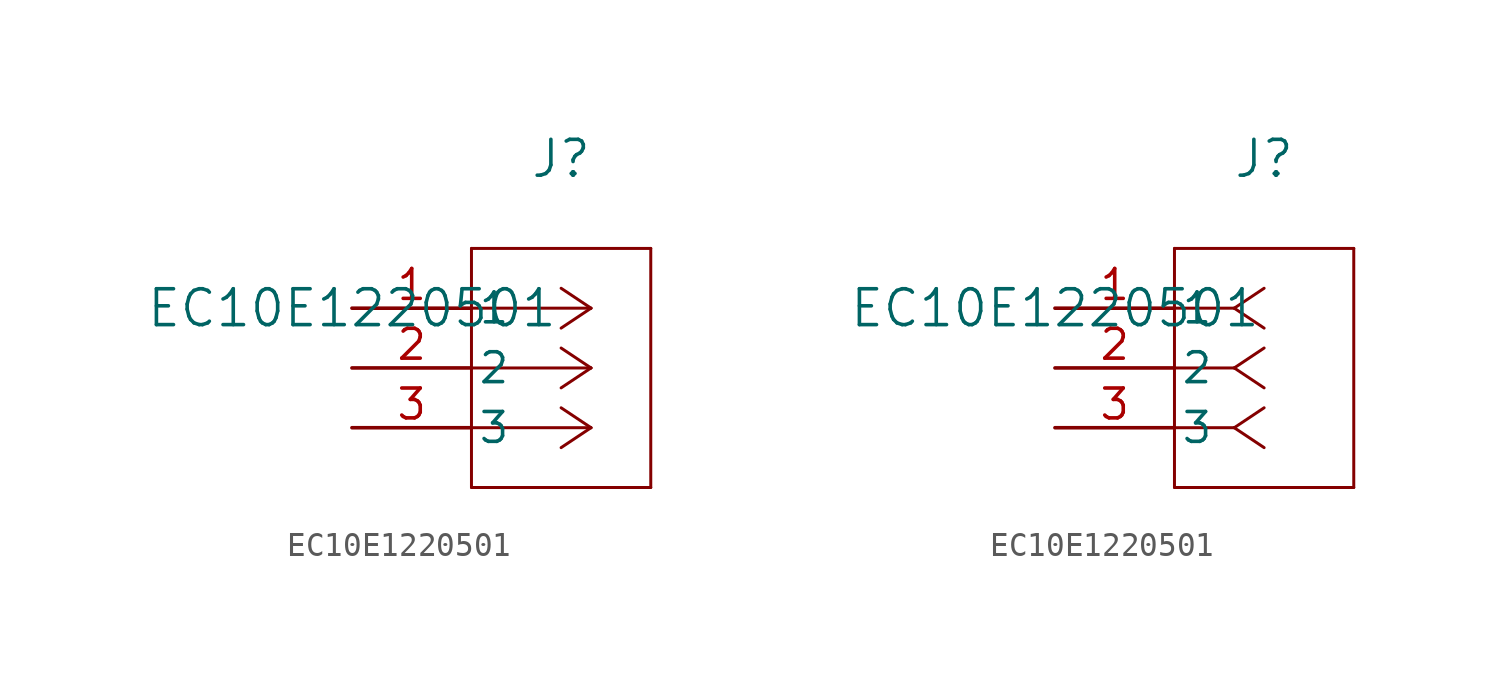
<source format=kicad_sym>
(kicad_symbol_lib
  (version 20211014)
  (generator kicad_symbol_editor)
  (symbol "EC10E1220501"
    (pin_names
      (offset 0.254))
    (property "Reference" "J"
      (at 8.89 6.35 0)
      (effects (font (size 1.524 1.524))))
    (property "Value" "EC10E1220501"
      (at 0 0 0)
      (effects (font (size 1.524 1.524))))
    (symbol "EC10E1220501_1_1"
      (polyline (pts (xy 10.16 0) (xy 5.08 0)) (stroke (width 0.127) (type default) (color 0 0 0 0)) (fill (type none)))
      (polyline (pts (xy 10.16 -2.54) (xy 5.08 -2.54)) (stroke (width 0.127) (type default) (color 0 0 0 0)) (fill (type none)))
      (polyline (pts (xy 10.16 -5.08) (xy 5.08 -5.08)) (stroke (width 0.127) (type default) (color 0 0 0 0)) (fill (type none)))
      (polyline (pts (xy 10.16 0) (xy 8.89 0.847)) (stroke (width 0.127) (type default) (color 0 0 0 0)) (fill (type none)))
      (polyline (pts (xy 10.16 -2.54) (xy 8.89 -1.693)) (stroke (width 0.127) (type default) (color 0 0 0 0)) (fill (type none)))
      (polyline (pts (xy 10.16 -5.08) (xy 8.89 -4.233)) (stroke (width 0.127) (type default) (color 0 0 0 0)) (fill (type none)))
      (polyline (pts (xy 10.16 0) (xy 8.89 -0.847)) (stroke (width 0.127) (type default) (color 0 0 0 0)) (fill (type none)))
      (polyline (pts (xy 10.16 -2.54) (xy 8.89 -3.387)) (stroke (width 0.127) (type default) (color 0 0 0 0)) (fill (type none)))
      (polyline (pts (xy 10.16 -5.08) (xy 8.89 -5.927)) (stroke (width 0.127) (type default) (color 0 0 0 0)) (fill (type none)))
      (polyline (pts (xy 5.08 2.54) (xy 5.08 -7.62)) (stroke (width 0.127) (type default) (color 0 0 0 0)) (fill (type none)))
      (polyline (pts (xy 5.08 -7.62) (xy 12.7 -7.62)) (stroke (width 0.127) (type default) (color 0 0 0 0)) (fill (type none)))
      (polyline (pts (xy 12.7 -7.62) (xy 12.7 2.54)) (stroke (width 0.127) (type default) (color 0 0 0 0)) (fill (type none)))
      (polyline (pts (xy 12.7 2.54) (xy 5.08 2.54)) (stroke (width 0.127) (type default) (color 0 0 0 0)) (fill (type none)))
      (pin unspecified line (at 0 0 0) (length 5.08) (name "1" (effects (font (size 1.27 1.27)))) (number "1" (effects (font (size 1.27 1.27)))))
      (pin unspecified line (at 0 -2.54 0) (length 5.08) (name "2" (effects (font (size 1.27 1.27)))) (number "2" (effects (font (size 1.27 1.27)))))
      (pin unspecified line (at 0 -5.08 0) (length 5.08) (name "3" (effects (font (size 1.27 1.27)))) (number "3" (effects (font (size 1.27 1.27))))))
    (symbol "EC10E1220501_1_2"
      (polyline (pts (xy 7.62 0) (xy 5.08 0)) (stroke (width 0.127) (type default) (color 0 0 0 0)) (fill (type none)))
      (polyline (pts (xy 7.62 -2.54) (xy 5.08 -2.54)) (stroke (width 0.127) (type default) (color 0 0 0 0)) (fill (type none)))
      (polyline (pts (xy 7.62 -5.08) (xy 5.08 -5.08)) (stroke (width 0.127) (type default) (color 0 0 0 0)) (fill (type none)))
      (polyline (pts (xy 7.62 0) (xy 8.89 0.847)) (stroke (width 0.127) (type default) (color 0 0 0 0)) (fill (type none)))
      (polyline (pts (xy 7.62 -2.54) (xy 8.89 -1.693)) (stroke (width 0.127) (type default) (color 0 0 0 0)) (fill (type none)))
      (polyline (pts (xy 7.62 -5.08) (xy 8.89 -4.233)) (stroke (width 0.127) (type default) (color 0 0 0 0)) (fill (type none)))
      (polyline (pts (xy 7.62 0) (xy 8.89 -0.847)) (stroke (width 0.127) (type default) (color 0 0 0 0)) (fill (type none)))
      (polyline (pts (xy 7.62 -2.54) (xy 8.89 -3.387)) (stroke (width 0.127) (type default) (color 0 0 0 0)) (fill (type none)))
      (polyline (pts (xy 7.62 -5.08) (xy 8.89 -5.927)) (stroke (width 0.127) (type default) (color 0 0 0 0)) (fill (type none)))
      (polyline (pts (xy 5.08 2.54) (xy 5.08 -7.62)) (stroke (width 0.127) (type default) (color 0 0 0 0)) (fill (type none)))
      (polyline (pts (xy 5.08 -7.62) (xy 12.7 -7.62)) (stroke (width 0.127) (type default) (color 0 0 0 0)) (fill (type none)))
      (polyline (pts (xy 12.7 -7.62) (xy 12.7 2.54)) (stroke (width 0.127) (type default) (color 0 0 0 0)) (fill (type none)))
      (polyline (pts (xy 12.7 2.54) (xy 5.08 2.54)) (stroke (width 0.127) (type default) (color 0 0 0 0)) (fill (type none)))
      (pin unspecified line (at 0 0 0) (length 5.08) (name "1" (effects (font (size 1.27 1.27)))) (number "1" (effects (font (size 1.27 1.27)))))
      (pin unspecified line (at 0 -2.54 0) (length 5.08) (name "2" (effects (font (size 1.27 1.27)))) (number "2" (effects (font (size 1.27 1.27)))))
      (pin unspecified line (at 0 -5.08 0) (length 5.08) (name "3" (effects (font (size 1.27 1.27)))) (number "3" (effects (font (size 1.27 1.27))))))))
</source>
